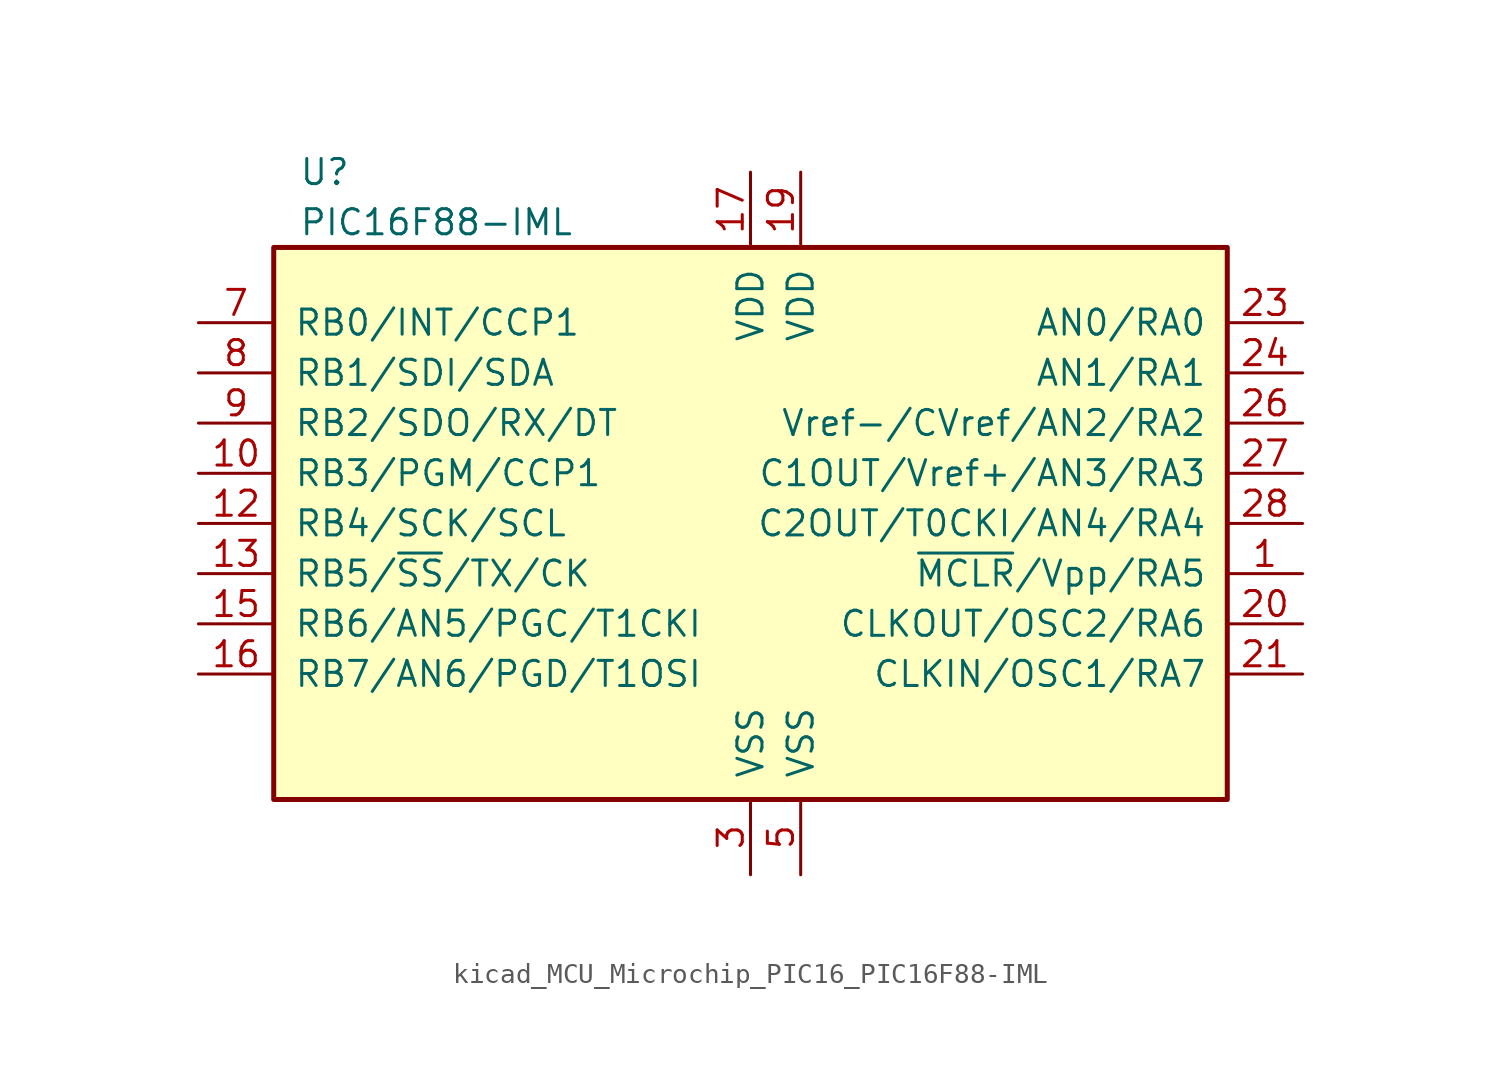
<source format=kicad_sym>
(kicad_symbol_lib
  (version 20220914)
  (generator kicad_symbol_editor)
  (symbol "kicad_MCU_Microchip_PIC16_PIC16F88-IML"
    (pin_names
      (offset 1.016))
    (property "Reference" "U"
      (at -22.86 17.78 0)
      (effects (font (size 1.27 1.27)) (justify left)))
    (property "Value" "PIC16F88-IML"
      (at -22.86 15.24 0)
      (effects (font (size 1.27 1.27)) (justify left)))
    (symbol "kicad_MCU_Microchip_PIC16_PIC16F88-IML_0_1"
      (rectangle (start 24.13 13.97) (end -24.13 -13.97) (stroke (width 0.254) (type default)) (fill (type background))))
    (symbol "kicad_MCU_Microchip_PIC16_PIC16F88-IML_1_1"
      (pin input line (at 27.94 -2.54 180) (length 3.81) (name "~{MCLR}/Vpp/RA5" (effects (font (size 1.27 1.27)))) (number "1" (effects (font (size 1.27 1.27)))))
      (pin bidirectional line (at -27.94 2.54 0) (length 3.81) (name "RB3/PGM/CCP1" (effects (font (size 1.27 1.27)))) (number "10" (effects (font (size 1.27 1.27)))))
      (pin bidirectional line (at -27.94 0 0) (length 3.81) (name "RB4/SCK/SCL" (effects (font (size 1.27 1.27)))) (number "12" (effects (font (size 1.27 1.27)))))
      (pin bidirectional line (at -27.94 -2.54 0) (length 3.81) (name "RB5/~{SS}/TX/CK" (effects (font (size 1.27 1.27)))) (number "13" (effects (font (size 1.27 1.27)))))
      (pin bidirectional line (at -27.94 -5.08 0) (length 3.81) (name "RB6/AN5/PGC/T1CKI" (effects (font (size 1.27 1.27)))) (number "15" (effects (font (size 1.27 1.27)))))
      (pin bidirectional line (at -27.94 -7.62 0) (length 3.81) (name "RB7/AN6/PGD/T1OSI" (effects (font (size 1.27 1.27)))) (number "16" (effects (font (size 1.27 1.27)))))
      (pin power_in line (at 0 17.78 270) (length 3.81) (name "VDD" (effects (font (size 1.27 1.27)))) (number "17" (effects (font (size 1.27 1.27)))))
      (pin power_in line (at 2.54 17.78 270) (length 3.81) (name "VDD" (effects (font (size 1.27 1.27)))) (number "19" (effects (font (size 1.27 1.27)))))
      (pin bidirectional line (at 27.94 -5.08 180) (length 3.81) (name "CLKOUT/OSC2/RA6" (effects (font (size 1.27 1.27)))) (number "20" (effects (font (size 1.27 1.27)))))
      (pin bidirectional line (at 27.94 -7.62 180) (length 3.81) (name "CLKIN/OSC1/RA7" (effects (font (size 1.27 1.27)))) (number "21" (effects (font (size 1.27 1.27)))))
      (pin bidirectional line (at 27.94 10.16 180) (length 3.81) (name "AN0/RA0" (effects (font (size 1.27 1.27)))) (number "23" (effects (font (size 1.27 1.27)))))
      (pin bidirectional line (at 27.94 7.62 180) (length 3.81) (name "AN1/RA1" (effects (font (size 1.27 1.27)))) (number "24" (effects (font (size 1.27 1.27)))))
      (pin bidirectional line (at 27.94 5.08 180) (length 3.81) (name "Vref-/CVref/AN2/RA2" (effects (font (size 1.27 1.27)))) (number "26" (effects (font (size 1.27 1.27)))))
      (pin bidirectional line (at 27.94 2.54 180) (length 3.81) (name "C1OUT/Vref+/AN3/RA3" (effects (font (size 1.27 1.27)))) (number "27" (effects (font (size 1.27 1.27)))))
      (pin bidirectional line (at 27.94 0 180) (length 3.81) (name "C2OUT/T0CKI/AN4/RA4" (effects (font (size 1.27 1.27)))) (number "28" (effects (font (size 1.27 1.27)))))
      (pin power_in line (at 0 -17.78 90) (length 3.81) (name "VSS" (effects (font (size 1.27 1.27)))) (number "3" (effects (font (size 1.27 1.27)))))
      (pin power_in line (at 2.54 -17.78 90) (length 3.81) (name "VSS" (effects (font (size 1.27 1.27)))) (number "5" (effects (font (size 1.27 1.27)))))
      (pin bidirectional line (at -27.94 10.16 0) (length 3.81) (name "RB0/INT/CCP1" (effects (font (size 1.27 1.27)))) (number "7" (effects (font (size 1.27 1.27)))))
      (pin bidirectional line (at -27.94 7.62 0) (length 3.81) (name "RB1/SDI/SDA" (effects (font (size 1.27 1.27)))) (number "8" (effects (font (size 1.27 1.27)))))
      (pin bidirectional line (at -27.94 5.08 0) (length 3.81) (name "RB2/SDO/RX/DT" (effects (font (size 1.27 1.27)))) (number "9" (effects (font (size 1.27 1.27))))))))
</source>
